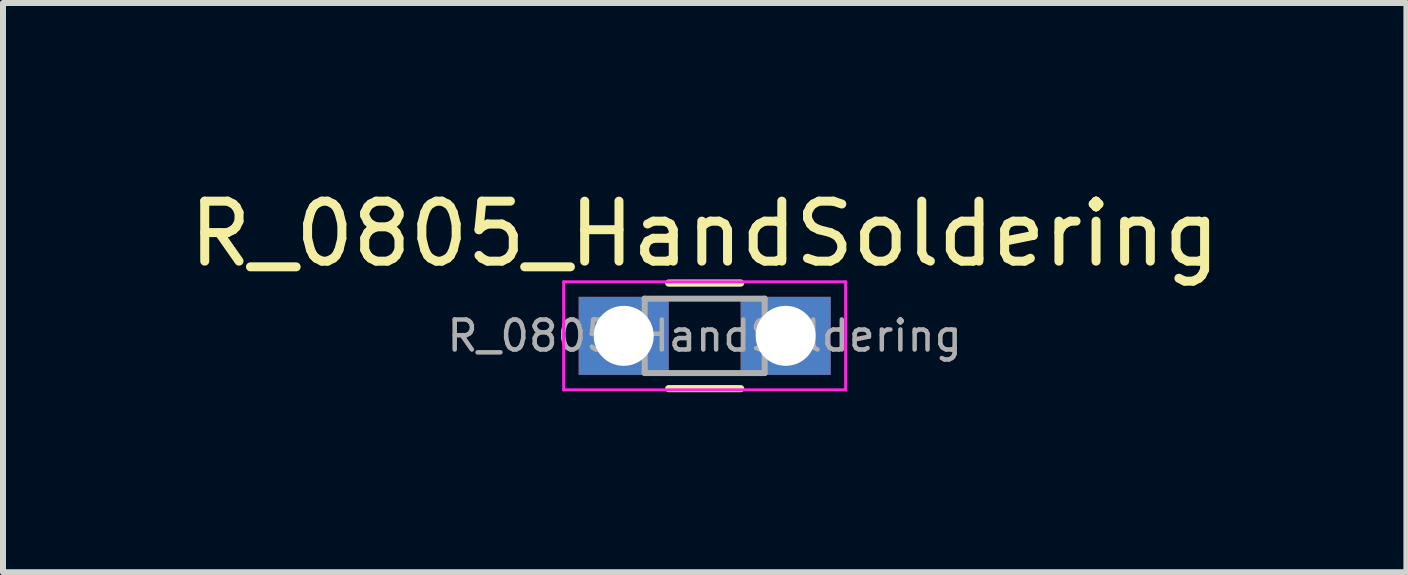
<source format=kicad_pcb>
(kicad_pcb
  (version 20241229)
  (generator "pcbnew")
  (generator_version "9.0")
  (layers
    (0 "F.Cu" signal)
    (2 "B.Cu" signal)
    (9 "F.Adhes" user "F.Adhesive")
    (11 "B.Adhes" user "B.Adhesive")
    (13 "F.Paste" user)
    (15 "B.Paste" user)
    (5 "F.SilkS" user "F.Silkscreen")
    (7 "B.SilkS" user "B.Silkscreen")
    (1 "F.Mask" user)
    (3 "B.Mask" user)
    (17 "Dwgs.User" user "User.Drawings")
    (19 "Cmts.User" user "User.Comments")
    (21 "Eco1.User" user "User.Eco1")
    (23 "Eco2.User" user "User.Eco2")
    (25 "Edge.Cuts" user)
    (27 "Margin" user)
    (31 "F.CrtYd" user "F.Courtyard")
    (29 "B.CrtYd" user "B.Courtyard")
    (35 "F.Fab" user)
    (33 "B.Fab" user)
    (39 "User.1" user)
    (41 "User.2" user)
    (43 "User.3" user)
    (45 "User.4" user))
  (footprint "R_0805_HandSoldering"
    (layer "F.Cu")
    (at 8.696 2.548)
    (property "Reference" "R_0805_HandSoldering" (at 0 -1.7 0) (layer "F.SilkS") (effects (font (size 1 1) (thickness 0.15))))
    (attr smd)
    (fp_line (start -0.6 -0.88) (end 0.6 -0.88) (stroke (width 0.12) (type solid)) (layer "F.SilkS"))
    (fp_line (start 0.6 0.88) (end -0.6 0.88) (stroke (width 0.12) (type solid)) (layer "F.SilkS"))
    (fp_line (start -2.35 -0.9) (end -2.35 0.9) (stroke (width 0.05) (type solid)) (layer "F.CrtYd"))
    (fp_line (start -2.35 -0.9) (end 2.35 -0.9) (stroke (width 0.05) (type solid)) (layer "F.CrtYd"))
    (fp_line (start 2.35 0.9) (end -2.35 0.9) (stroke (width 0.05) (type solid)) (layer "F.CrtYd"))
    (fp_line (start 2.35 0.9) (end 2.35 -0.9) (stroke (width 0.05) (type solid)) (layer "F.CrtYd"))
    (fp_line (start -1 -0.62) (end 1 -0.62) (stroke (width 0.1) (type solid)) (layer "F.Fab"))
    (fp_line (start -1 0.62) (end -1 -0.62) (stroke (width 0.1) (type solid)) (layer "F.Fab"))
    (fp_line (start 1 -0.62) (end 1 0.62) (stroke (width 0.1) (type solid)) (layer "F.Fab"))
    (fp_line (start 1 0.62) (end -1 0.62) (stroke (width 0.1) (type solid)) (layer "F.Fab"))
    (fp_text user "${REFERENCE}" (at 0 0 0) (layer "F.Fab") (effects (font (size 0.5 0.5) (thickness 0.075))))
    (pad "1" thru_hole rect (at -1.35 0) (size 1.5 1.3) (drill 1) (layers "*.Cu" "*.Mask"))
    (pad "2" thru_hole rect (at 1.35 0) (size 1.5 1.3) (drill 1) (layers "*.Cu" "*.Mask")))
  (gr_rect
    (start -3 -3)
    (end 20.393 6.488)
    (stroke (width 0.1) (type default))
    (fill no)
    (layer "Edge.Cuts")))
</source>
